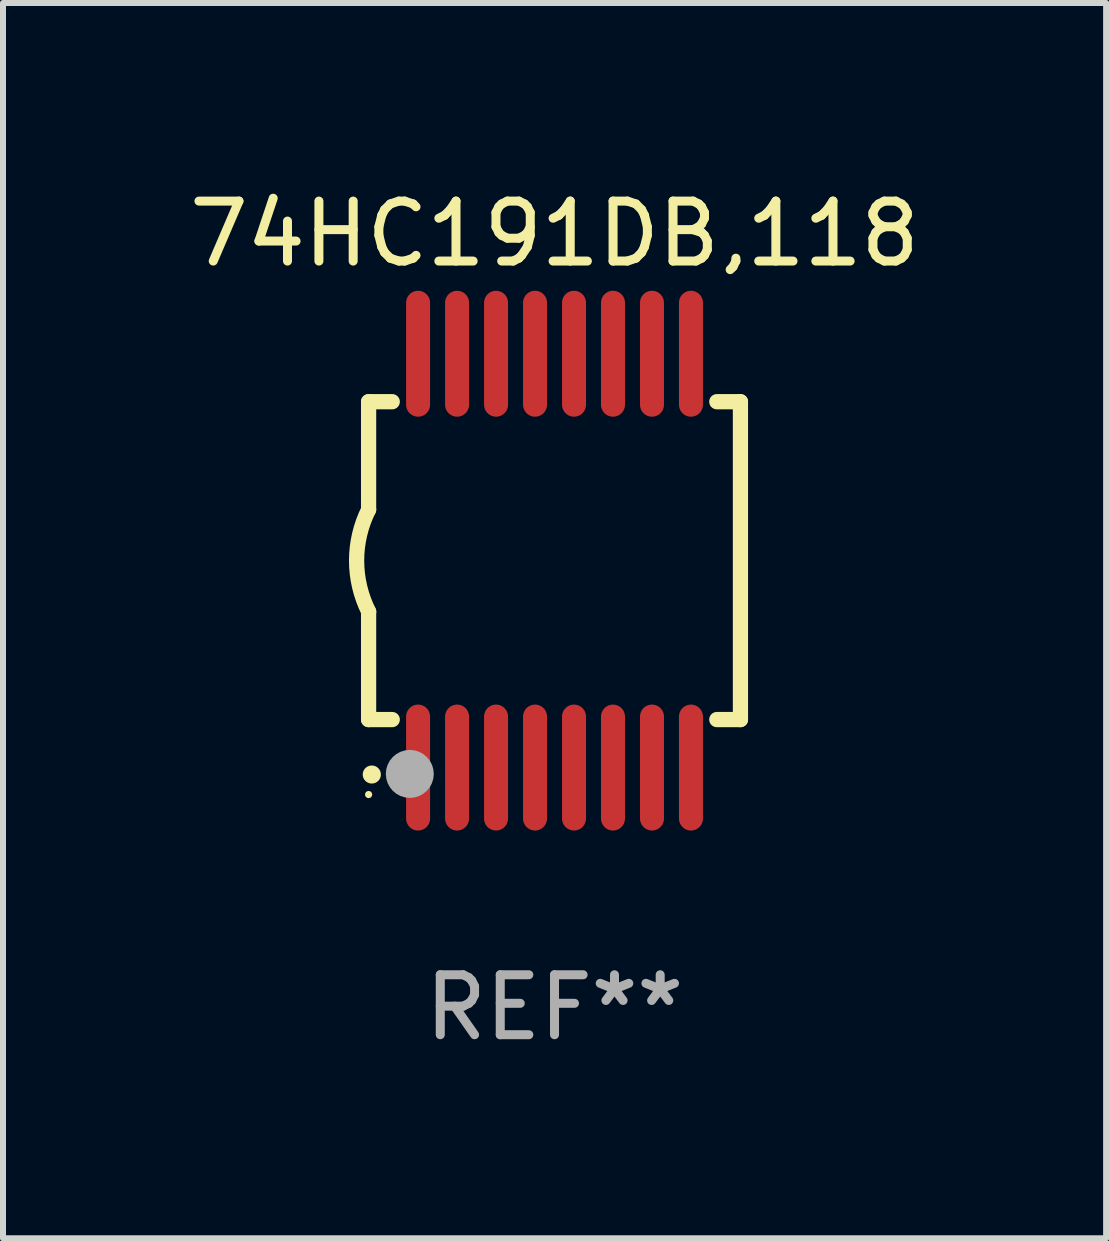
<source format=kicad_pcb>
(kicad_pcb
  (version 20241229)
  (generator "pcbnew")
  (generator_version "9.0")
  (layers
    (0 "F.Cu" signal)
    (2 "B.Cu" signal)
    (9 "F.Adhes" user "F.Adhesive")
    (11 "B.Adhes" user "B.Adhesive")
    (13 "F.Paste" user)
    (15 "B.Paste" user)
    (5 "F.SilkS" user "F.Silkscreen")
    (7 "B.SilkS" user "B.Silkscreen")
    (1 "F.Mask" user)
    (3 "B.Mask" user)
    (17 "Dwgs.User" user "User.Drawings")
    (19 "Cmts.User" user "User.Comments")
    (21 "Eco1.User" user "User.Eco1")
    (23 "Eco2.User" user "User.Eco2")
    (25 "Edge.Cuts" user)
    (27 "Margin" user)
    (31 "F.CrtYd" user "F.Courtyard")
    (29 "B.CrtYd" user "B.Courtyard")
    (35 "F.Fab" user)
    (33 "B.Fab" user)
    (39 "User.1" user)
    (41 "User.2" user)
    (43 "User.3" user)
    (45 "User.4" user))
  (footprint "74HC191DB,118"
    (layer "F.Cu")
    (at 6.196 6.298)
    (property "Reference" "74HC191DB,118" (at 0 -5.45 0) (layer "F.SilkS") (effects (font (size 1 1) (thickness 0.15))))
    (attr through_hole)
    (fp_line (start -3.1 -2.65) (end -3.1 -0.85) (stroke (width 0.254) (type solid)) (layer "F.SilkS"))
    (fp_line (start -3.1 -2.65) (end -2.706 -2.65) (stroke (width 0.254) (type solid)) (layer "F.SilkS"))
    (fp_line (start -3.1 2.65) (end -3.1 0.85) (stroke (width 0.254) (type solid)) (layer "F.SilkS"))
    (fp_line (start -3.1 2.65) (end -2.706 2.65) (stroke (width 0.254) (type solid)) (layer "F.SilkS"))
    (fp_line (start 2.706 -2.65) (end 3.1 -2.65) (stroke (width 0.254) (type solid)) (layer "F.SilkS"))
    (fp_line (start 2.706 2.65) (end 3.1 2.65) (stroke (width 0.254) (type solid)) (layer "F.SilkS"))
    (fp_line (start 3.1 -2.65) (end 3.1 2.65) (stroke (width 0.254) (type solid)) (layer "F.SilkS"))
    (fp_arc (start -3.098907 0.850902) (mid -3.300057 0.000523) (end -3.1 -0.850114) (stroke (width 0.254001) (type solid)) (layer "F.SilkS"))
    (fp_arc (start -3.048006 3.566066) (mid -3.046736 3.566061) (end -3.045466 3.566066) (stroke (width 0.3) (type solid)) (layer "F.SilkS"))
    (fp_circle (center -3.1 3.9) (end -3.07 3.9) (stroke (width 0.06) (type solid)) (fill no) (layer "F.SilkS"))
    (fp_circle (center -2.413 3.556) (end -2.213 3.556) (stroke (width 0.4) (type solid)) (fill no) (layer "F.Fab"))
    (fp_text user "REF**" (at 0 7.45 0) (layer "F.Fab") (effects (font (size 1 1) (thickness 0.15))))
    (pad "1" smd oval (at -2.275 3.45 180) (size 0.4 2.1) (layers "F.Cu" "F.Mask" "F.Paste"))
    (pad "2" smd oval (at -1.625 3.45 180) (size 0.4 2.1) (layers "F.Cu" "F.Mask" "F.Paste"))
    (pad "3" smd oval (at -0.975 3.45 180) (size 0.4 2.1) (layers "F.Cu" "F.Mask" "F.Paste"))
    (pad "4" smd oval (at -0.325 3.45 180) (size 0.4 2.1) (layers "F.Cu" "F.Mask" "F.Paste"))
    (pad "5" smd oval (at 0.325 3.45 180) (size 0.4 2.1) (layers "F.Cu" "F.Mask" "F.Paste"))
    (pad "6" smd oval (at 0.975 3.45 180) (size 0.4 2.1) (layers "F.Cu" "F.Mask" "F.Paste"))
    (pad "7" smd oval (at 1.625 3.45 180) (size 0.4 2.1) (layers "F.Cu" "F.Mask" "F.Paste"))
    (pad "8" smd oval (at 2.275 3.45 180) (size 0.4 2.1) (layers "F.Cu" "F.Mask" "F.Paste"))
    (pad "9" smd oval (at 2.275 -3.45 180) (size 0.4 2.1) (layers "F.Cu" "F.Mask" "F.Paste"))
    (pad "10" smd oval (at 1.625 -3.45 180) (size 0.4 2.1) (layers "F.Cu" "F.Mask" "F.Paste"))
    (pad "11" smd oval (at 0.975 -3.45 180) (size 0.4 2.1) (layers "F.Cu" "F.Mask" "F.Paste"))
    (pad "12" smd oval (at 0.325 -3.45 180) (size 0.4 2.1) (layers "F.Cu" "F.Mask" "F.Paste"))
    (pad "13" smd oval (at -0.325 -3.45 180) (size 0.4 2.1) (layers "F.Cu" "F.Mask" "F.Paste"))
    (pad "14" smd oval (at -0.975 -3.45 180) (size 0.4 2.1) (layers "F.Cu" "F.Mask" "F.Paste"))
    (pad "15" smd oval (at -1.625 -3.45 180) (size 0.4 2.1) (layers "F.Cu" "F.Mask" "F.Paste"))
    (pad "16" smd oval (at -2.275 -3.45 180) (size 0.4 2.1) (layers "F.Cu" "F.Mask" "F.Paste")))
  (gr_rect
    (start -3 -3)
    (end 15.393 17.597)
    (stroke (width 0.1) (type default))
    (fill no)
    (layer "Edge.Cuts")))
</source>
